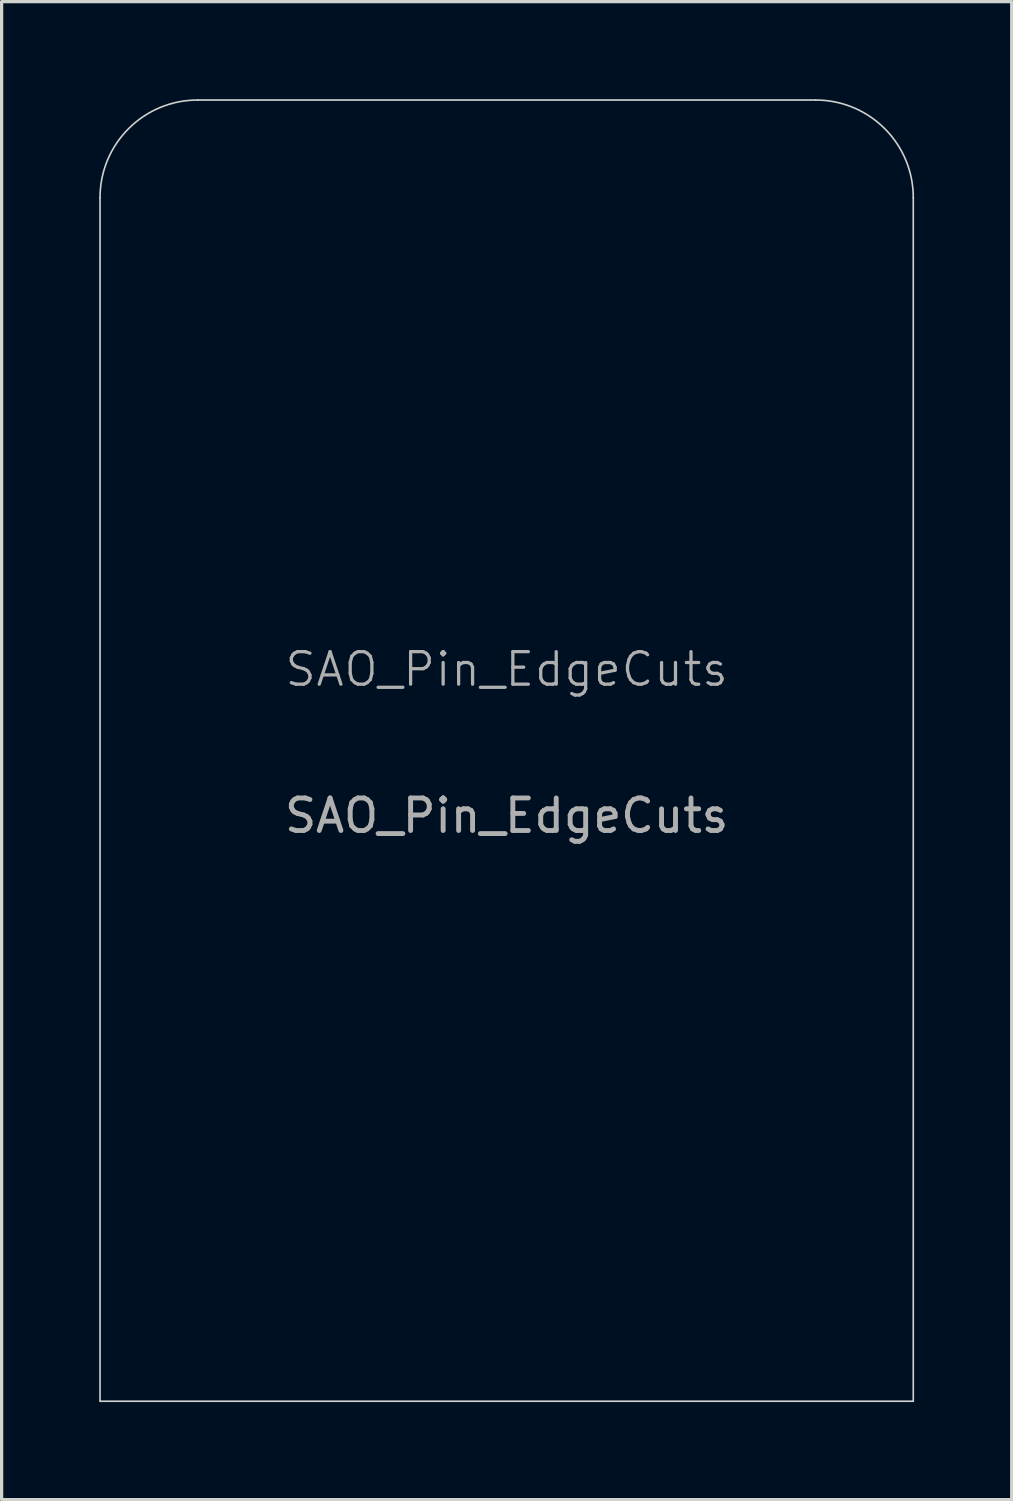
<source format=kicad_pcb>
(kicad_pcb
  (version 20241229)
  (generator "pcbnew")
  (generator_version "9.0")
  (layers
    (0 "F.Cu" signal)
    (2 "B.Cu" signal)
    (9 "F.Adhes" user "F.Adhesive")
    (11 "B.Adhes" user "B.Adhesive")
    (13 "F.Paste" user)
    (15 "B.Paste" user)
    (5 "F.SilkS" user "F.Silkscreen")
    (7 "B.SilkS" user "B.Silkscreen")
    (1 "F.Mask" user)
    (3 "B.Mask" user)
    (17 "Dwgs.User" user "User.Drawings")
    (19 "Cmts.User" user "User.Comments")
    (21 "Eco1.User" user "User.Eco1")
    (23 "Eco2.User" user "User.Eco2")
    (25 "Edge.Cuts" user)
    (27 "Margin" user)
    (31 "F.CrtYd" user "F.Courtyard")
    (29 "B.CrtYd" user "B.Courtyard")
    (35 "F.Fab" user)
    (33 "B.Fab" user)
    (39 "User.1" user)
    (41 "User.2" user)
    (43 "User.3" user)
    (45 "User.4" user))
  (footprint "SAO_Pin_EdgeCuts"
    (layer "F.Cu")
    (at 12.525 18.025)
    (property "Reference" "SAO_Pin_EdgeCuts" (at 0 -0.5 0) (unlocked yes) (layer "F.Fab") (effects (font (size 1 1) (thickness 0.1))))
    (attr through_hole)
    (fp_line (start -12.5 22) (end -12.5 -15) (stroke (width 0.05) (type default)) (layer "Edge.Cuts"))
    (fp_line (start -9.5 -18) (end 9.5 -18) (stroke (width 0.05) (type default)) (layer "Edge.Cuts"))
    (fp_line (start 12.5 -15) (end 12.5 22) (stroke (width 0.05) (type default)) (layer "Edge.Cuts"))
    (fp_line (start 12.5 22) (end -12.5 22) (stroke (width 0.05) (type default)) (layer "Edge.Cuts"))
    (fp_arc (start -12.500001 -15.000001) (mid -11.621321 -17.121321) (end -9.500001 -18.000001) (stroke (width 0.05) (type default)) (layer "Edge.Cuts"))
    (fp_arc (start 9.500001 -18.000001) (mid 11.621321 -17.121321) (end 12.500001 -15.000001) (stroke (width 0.05) (type default)) (layer "Edge.Cuts"))
    (fp_text user "${REFERENCE}" (at 0 4 0) (unlocked yes) (layer "F.Fab") (effects (font (size 1 1) (thickness 0.15)))))
  (gr_rect
    (start -3 -3)
    (end 28.05 43.05)
    (stroke (width 0.1) (type default))
    (fill no)
    (layer "Edge.Cuts")))
</source>
